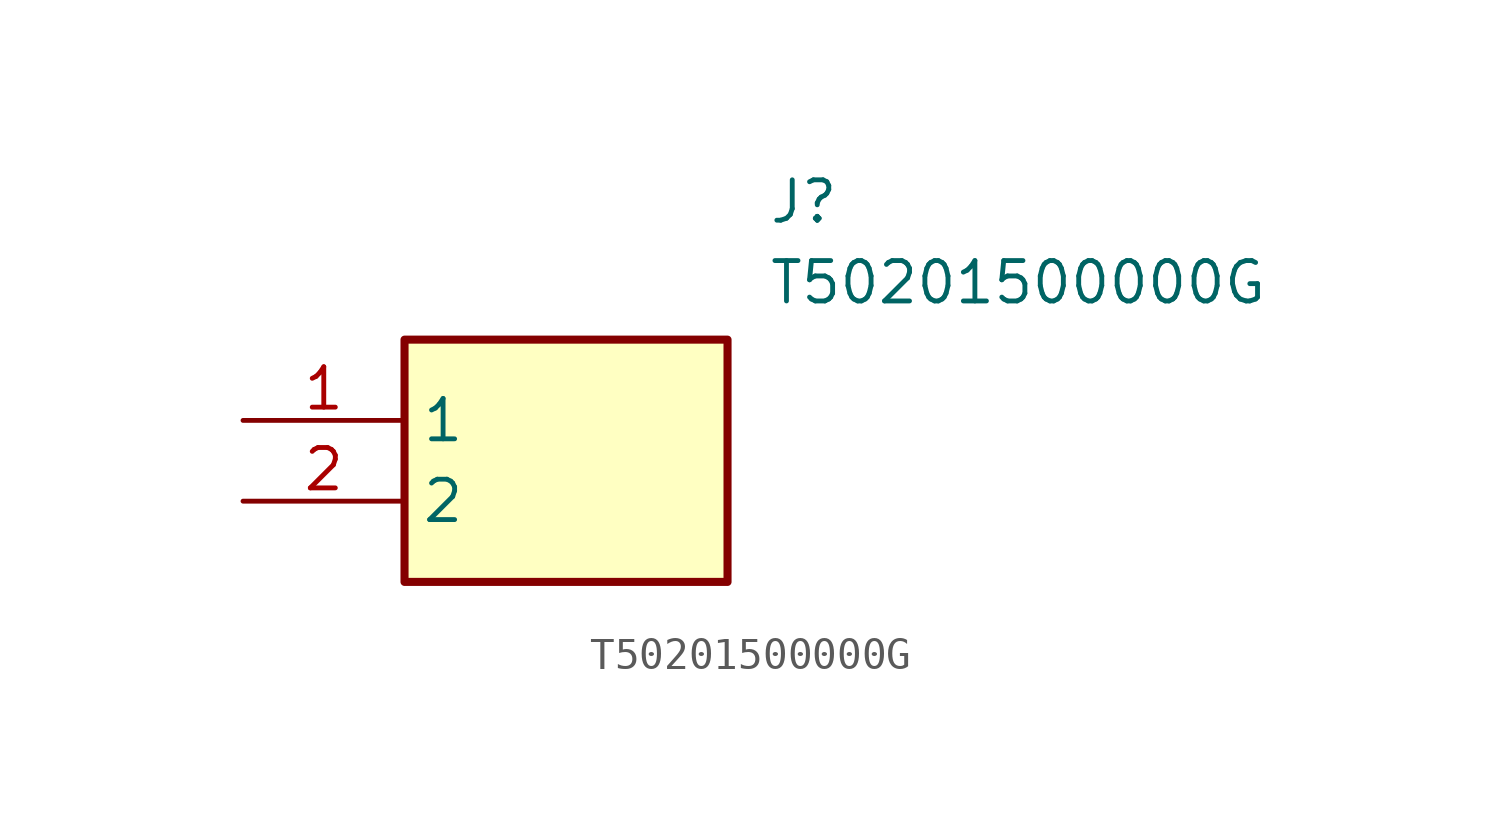
<source format=kicad_sym>
(kicad_symbol_lib
  (version 20211014)
  (generator SamacSys_ECAD_Model)
  (symbol "T50201500000G"
    (property "Reference" "J"
      (at 16.51 7.62 0)
      (effects (font (size 1.27 1.27)) (justify left top)))
    (property "Value" "T50201500000G"
      (at 16.51 5.08 0)
      (effects (font (size 1.27 1.27)) (justify left top)))
    (rectangle
      (start 5.08 2.54)
      (end 15.24 -5.08)
      (stroke (width 0.254) (type default))
      (fill (type background)))
    (pin passive line
      (at 0 0 0)
      (length 5.08)
      (name "1" (effects (font (size 1.27 1.27))))
      (number "1" (effects (font (size 1.27 1.27)))))
    (pin passive line
      (at 0 -2.54 0)
      (length 5.08)
      (name "2" (effects (font (size 1.27 1.27))))
      (number "2" (effects (font (size 1.27 1.27)))))))
</source>
